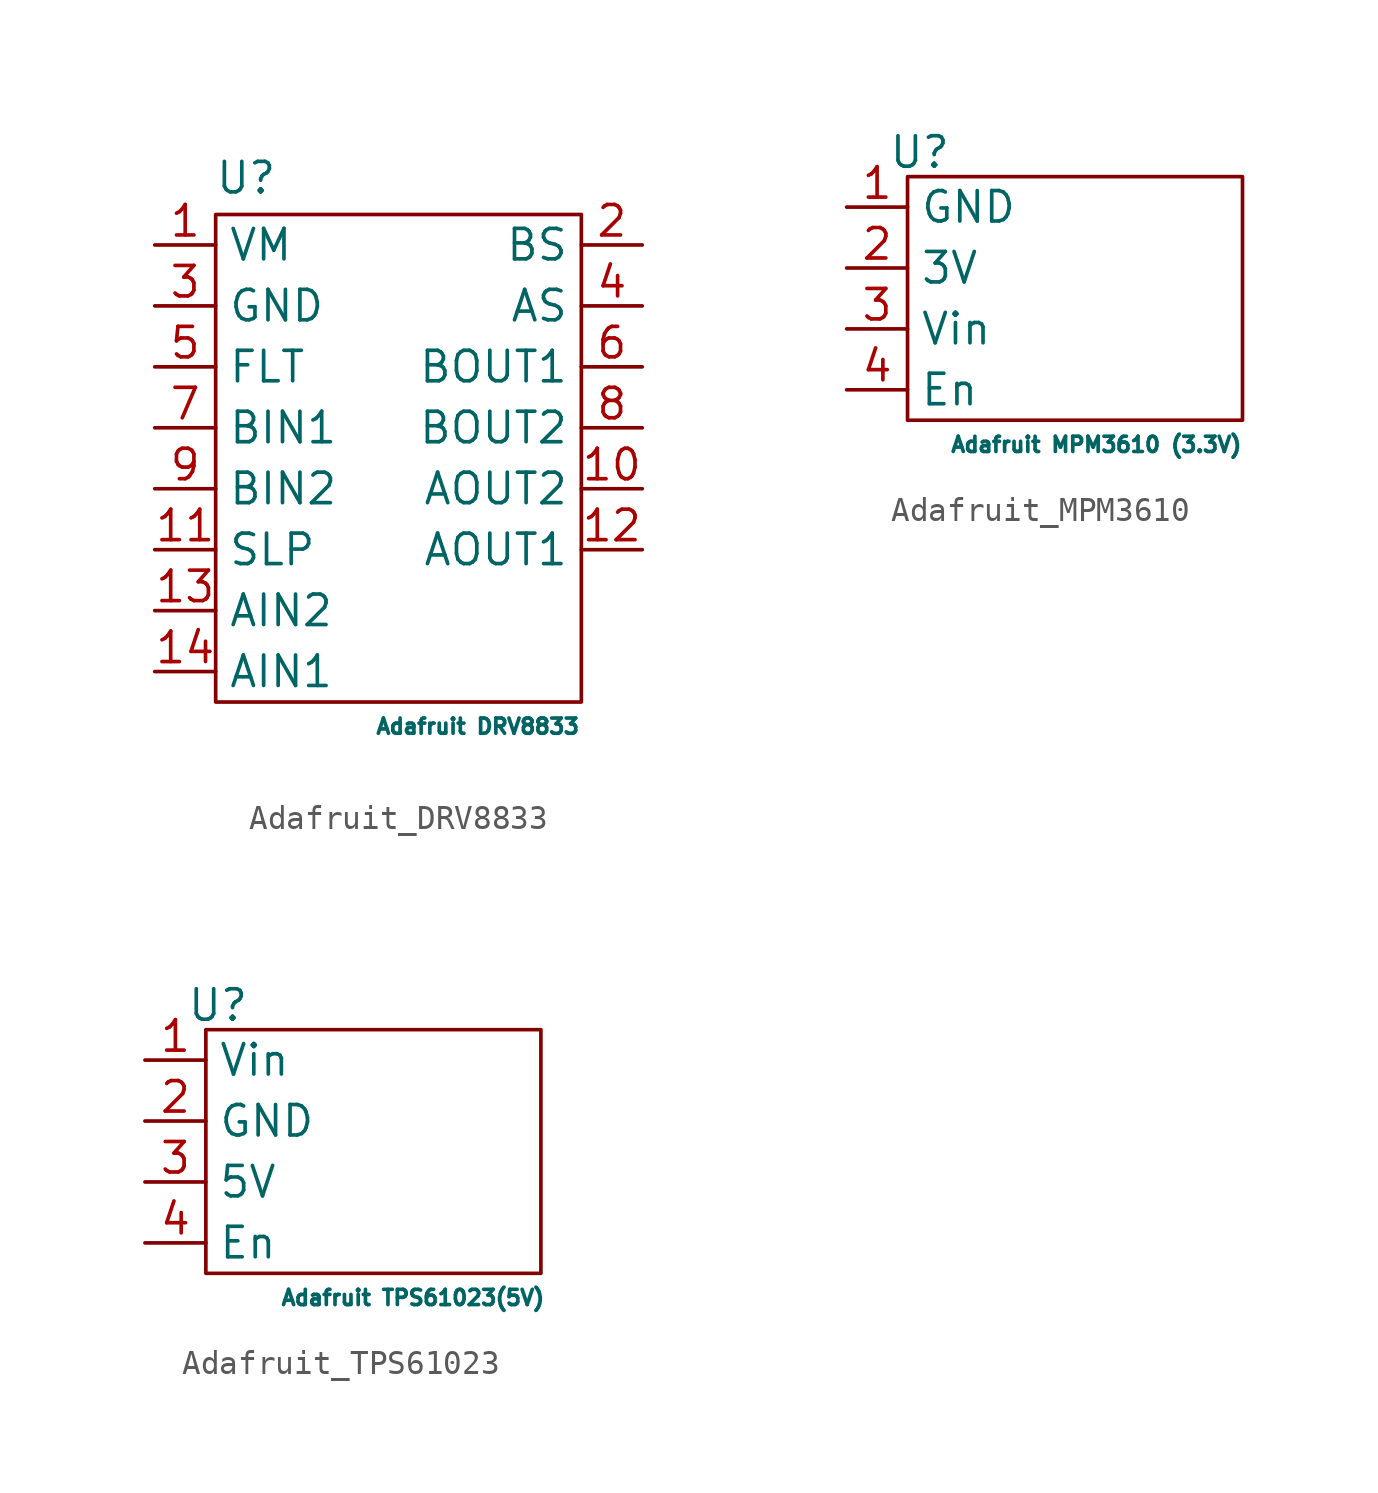
<source format=kicad_sym>
(kicad_symbol_lib
  (version 20241209)
  (generator "kicad_symbol_editor")
  (generator_version "9.0")
  (symbol "Adafruit_DRV8833"
    (property "Reference" "U"
      (at -6.35 11.684 0)
      (effects (font (size 1.27 1.27))))
    (property "Value" "Adafruit DRV8833"
      (at 3.302 -11.176 0)
      (effects (font (size 0.635 0.635))))
    (symbol "Adafruit_DRV8833_0_1"
      (rectangle (start -7.62 10.16) (end 7.62 -10.16) (stroke (width 0) (type default)) (fill (type none))))
    (symbol "Adafruit_DRV8833_1_1"
      (pin power_in line (at -10.16 8.89 0) (length 2.54) (name "VM" (effects (font (size 1.27 1.27)))) (number "1" (effects (font (size 1.27 1.27)))))
      (pin power_in line (at -10.16 6.35 0) (length 2.54) (name "GND" (effects (font (size 1.27 1.27)))) (number "3" (effects (font (size 1.27 1.27)))))
      (pin open_collector line (at -10.16 3.81 0) (length 2.54) (name "FLT" (effects (font (size 1.27 1.27)))) (number "5" (effects (font (size 1.27 1.27)))))
      (pin input line (at -10.16 1.27 0) (length 2.54) (name "BIN1" (effects (font (size 1.27 1.27)))) (number "7" (effects (font (size 1.27 1.27)))))
      (pin input line (at -10.16 -1.27 0) (length 2.54) (name "BIN2" (effects (font (size 1.27 1.27)))) (number "9" (effects (font (size 1.27 1.27)))))
      (pin input line (at -10.16 -3.81 0) (length 2.54) (name "SLP" (effects (font (size 1.27 1.27)))) (number "11" (effects (font (size 1.27 1.27)))))
      (pin input line (at -10.16 -6.35 0) (length 2.54) (name "AIN2" (effects (font (size 1.27 1.27)))) (number "13" (effects (font (size 1.27 1.27)))))
      (pin input line (at -10.16 -8.89 0) (length 2.54) (name "AIN1" (effects (font (size 1.27 1.27)))) (number "14" (effects (font (size 1.27 1.27)))))
      (pin passive line (at 10.16 8.89 180) (length 2.54) (name "BS" (effects (font (size 1.27 1.27)))) (number "2" (effects (font (size 1.27 1.27)))))
      (pin passive line (at 10.16 6.35 180) (length 2.54) (name "AS" (effects (font (size 1.27 1.27)))) (number "4" (effects (font (size 1.27 1.27)))))
      (pin output line (at 10.16 3.81 180) (length 2.54) (name "BOUT1" (effects (font (size 1.27 1.27)))) (number "6" (effects (font (size 1.27 1.27)))))
      (pin output line (at 10.16 1.27 180) (length 2.54) (name "BOUT2" (effects (font (size 1.27 1.27)))) (number "8" (effects (font (size 1.27 1.27)))))
      (pin output line (at 10.16 -1.27 180) (length 2.54) (name "AOUT2" (effects (font (size 1.27 1.27)))) (number "10" (effects (font (size 1.27 1.27)))))
      (pin output line (at 10.16 -3.81 180) (length 2.54) (name "AOUT1" (effects (font (size 1.27 1.27)))) (number "12" (effects (font (size 1.27 1.27)))))))
  (symbol "Adafruit_MPM3610"
    (property "Reference" "U"
      (at -7.112 6.096 0)
      (effects (font (size 1.27 1.27))))
    (property "Value" "Adafruit MPM3610 (3.3V)"
      (at 0.254 -6.096 0)
      (effects (font (size 0.635 0.635))))
    (symbol "Adafruit_MPM3610_0_1"
      (rectangle (start -7.62 5.08) (end 6.35 -5.08) (stroke (width 0) (type default)) (fill (type none))))
    (symbol "Adafruit_MPM3610_1_1"
      (pin power_in line (at -10.16 3.81 0) (length 2.54) (name "GND" (effects (font (size 1.27 1.27)))) (number "1" (effects (font (size 1.27 1.27)))))
      (pin power_out line (at -10.16 1.27 0) (length 2.54) (name "3V" (effects (font (size 1.27 1.27)))) (number "2" (effects (font (size 1.27 1.27)))))
      (pin power_in line (at -10.16 -1.27 0) (length 2.54) (name "Vin" (effects (font (size 1.27 1.27)))) (number "3" (effects (font (size 1.27 1.27)))))
      (pin input line (at -10.16 -3.81 0) (length 2.54) (name "En" (effects (font (size 1.27 1.27)))) (number "4" (effects (font (size 1.27 1.27)))))))
  (symbol "Adafruit_TPS61023"
    (property "Reference" "U"
      (at -7.112 6.096 0)
      (effects (font (size 1.27 1.27))))
    (property "Value" "Adafruit TPS61023(5V)"
      (at 1.016 -6.096 0)
      (effects (font (size 0.635 0.635))))
    (symbol "Adafruit_TPS61023_0_1"
      (rectangle (start -7.62 5.08) (end 6.35 -5.08) (stroke (width 0) (type default)) (fill (type none))))
    (symbol "Adafruit_TPS61023_1_1"
      (pin power_in line (at -10.16 3.81 0) (length 2.54) (name "Vin" (effects (font (size 1.27 1.27)))) (number "1" (effects (font (size 1.27 1.27)))))
      (pin power_in line (at -10.16 1.27 0) (length 2.54) (name "GND" (effects (font (size 1.27 1.27)))) (number "2" (effects (font (size 1.27 1.27)))))
      (pin power_out line (at -10.16 -1.27 0) (length 2.54) (name "5V" (effects (font (size 1.27 1.27)))) (number "3" (effects (font (size 1.27 1.27)))))
      (pin input line (at -10.16 -3.81 0) (length 2.54) (name "En" (effects (font (size 1.27 1.27)))) (number "4" (effects (font (size 1.27 1.27))))))))
</source>
